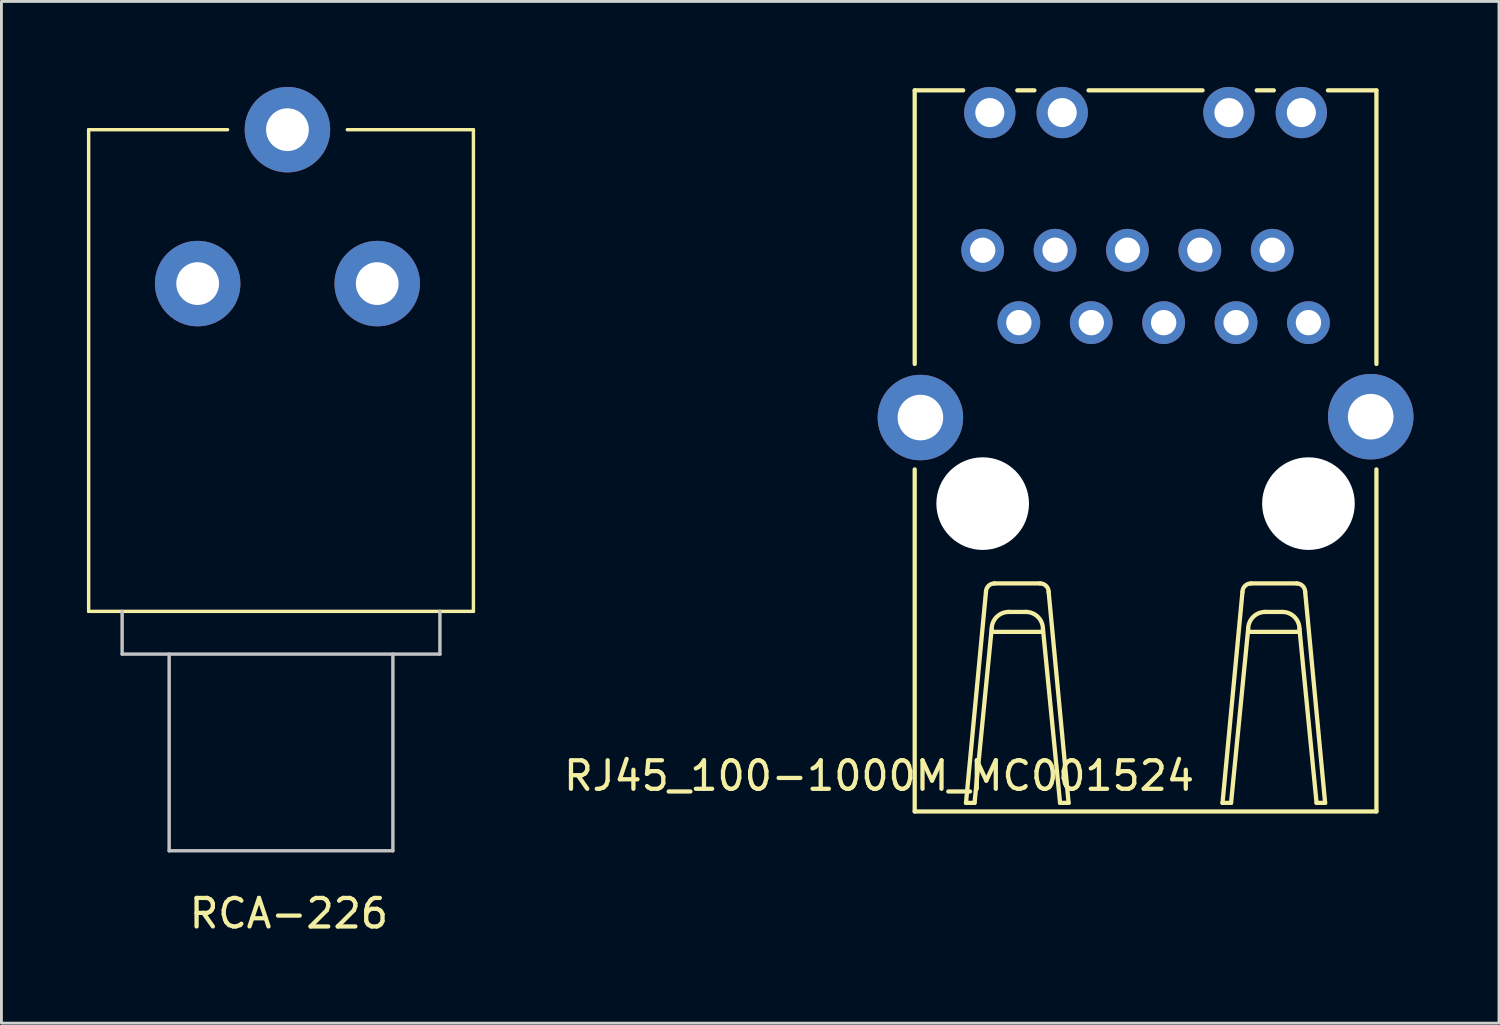
<source format=kicad_pcb>
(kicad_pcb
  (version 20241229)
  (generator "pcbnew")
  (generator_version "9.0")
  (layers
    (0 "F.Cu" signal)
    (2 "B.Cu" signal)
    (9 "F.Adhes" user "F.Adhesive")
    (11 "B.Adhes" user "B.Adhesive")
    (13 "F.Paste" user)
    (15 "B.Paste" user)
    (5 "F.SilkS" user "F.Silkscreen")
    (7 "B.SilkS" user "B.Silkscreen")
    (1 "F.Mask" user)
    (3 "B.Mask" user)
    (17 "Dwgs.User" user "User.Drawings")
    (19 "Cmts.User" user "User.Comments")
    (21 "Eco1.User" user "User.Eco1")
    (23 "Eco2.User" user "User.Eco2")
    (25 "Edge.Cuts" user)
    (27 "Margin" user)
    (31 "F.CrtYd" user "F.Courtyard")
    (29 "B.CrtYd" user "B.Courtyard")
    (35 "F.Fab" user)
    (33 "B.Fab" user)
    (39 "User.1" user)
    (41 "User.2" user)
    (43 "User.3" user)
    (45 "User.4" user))
  (footprint "RJ45_100-1000M_MC001524"
    (layer "F.Cu")
    (at 37.143 25.42)
    (property "Reference" "RJ45_100-1000M_MC001524" (at -9.35 -1.25 0) (layer "F.SilkS") (effects (font (size 1 1) (thickness 0.15))))
    (attr through_hole)
    (fp_line (start -8.1 -25.3) (end -6.4 -25.3) (stroke (width 0.15) (type solid)) (layer "F.SilkS"))
    (fp_line (start -8.1 -15.7) (end -8.1 -25.3) (stroke (width 0.15) (type solid)) (layer "F.SilkS"))
    (fp_line (start -8.1 0) (end -8.1 -12) (stroke (width 0.15) (type solid)) (layer "F.SilkS"))
    (fp_line (start -6.3 -0.3) (end -5.6 -7.7) (stroke (width 0.15) (type solid)) (layer "F.SilkS"))
    (fp_line (start -6 -0.3) (end -6.3 -0.3) (stroke (width 0.15) (type solid)) (layer "F.SilkS"))
    (fp_line (start -6 -0.3) (end -5.4 -6.4) (stroke (width 0.15) (type solid)) (layer "F.SilkS"))
    (fp_line (start -5.4 -6.3) (end -3.6 -6.3) (stroke (width 0.15) (type solid)) (layer "F.SilkS"))
    (fp_line (start -5.3 -8) (end -3.7 -8) (stroke (width 0.15) (type solid)) (layer "F.SilkS"))
    (fp_line (start -4.8 -7) (end -4.2 -7) (stroke (width 0.15) (type solid)) (layer "F.SilkS"))
    (fp_line (start -4.5 -25.3) (end -3.9 -25.3) (stroke (width 0.15) (type solid)) (layer "F.SilkS"))
    (fp_line (start -3.6 -6.4) (end -3 -0.3) (stroke (width 0.15) (type solid)) (layer "F.SilkS"))
    (fp_line (start -3.4 -7.7) (end -2.7 -0.3) (stroke (width 0.15) (type solid)) (layer "F.SilkS"))
    (fp_line (start -2.7 -0.3) (end -3 -0.3) (stroke (width 0.15) (type solid)) (layer "F.SilkS"))
    (fp_line (start -2 -25.3) (end 2 -25.3) (stroke (width 0.15) (type solid)) (layer "F.SilkS"))
    (fp_line (start 2.7 -0.3) (end 3.4 -7.7) (stroke (width 0.15) (type solid)) (layer "F.SilkS"))
    (fp_line (start 3 -0.3) (end 2.7 -0.3) (stroke (width 0.15) (type solid)) (layer "F.SilkS"))
    (fp_line (start 3 -0.3) (end 3.6 -6.4) (stroke (width 0.15) (type solid)) (layer "F.SilkS"))
    (fp_line (start 3.6 -6.3) (end 5.4 -6.3) (stroke (width 0.15) (type solid)) (layer "F.SilkS"))
    (fp_line (start 3.7 -8) (end 5.3 -8) (stroke (width 0.15) (type solid)) (layer "F.SilkS"))
    (fp_line (start 3.9 -25.3) (end 4.5 -25.3) (stroke (width 0.15) (type solid)) (layer "F.SilkS"))
    (fp_line (start 4.2 -7) (end 4.8 -7) (stroke (width 0.15) (type solid)) (layer "F.SilkS"))
    (fp_line (start 5.4 -6.4) (end 6 -0.3) (stroke (width 0.15) (type solid)) (layer "F.SilkS"))
    (fp_line (start 5.6 -7.7) (end 6.3 -0.3) (stroke (width 0.15) (type solid)) (layer "F.SilkS"))
    (fp_line (start 6.3 -0.3) (end 6 -0.3) (stroke (width 0.15) (type solid)) (layer "F.SilkS"))
    (fp_line (start 6.4 -25.3) (end 8.1 -25.3) (stroke (width 0.15) (type solid)) (layer "F.SilkS"))
    (fp_line (start 8.1 -15.7) (end 8.1 -25.3) (stroke (width 0.15) (type solid)) (layer "F.SilkS"))
    (fp_line (start 8.1 -12) (end 8.1 0) (stroke (width 0.15) (type solid)) (layer "F.SilkS"))
    (fp_line (start 8.1 0) (end -8.1 0) (stroke (width 0.15) (type solid)) (layer "F.SilkS"))
    (fp_arc (start -5.6 -7.7) (mid -5.512132 -7.912132) (end -5.3 -8) (stroke (width 0.15) (type solid)) (layer "F.SilkS"))
    (fp_arc (start -5.4 -6.4) (mid -5.224264 -6.824264) (end -4.8 -7) (stroke (width 0.15) (type solid)) (layer "F.SilkS"))
    (fp_arc (start -4.2 -7) (mid -3.775736 -6.824264) (end -3.6 -6.4) (stroke (width 0.15) (type solid)) (layer "F.SilkS"))
    (fp_arc (start -3.7 -8) (mid -3.487868 -7.912132) (end -3.4 -7.7) (stroke (width 0.15) (type solid)) (layer "F.SilkS"))
    (fp_arc (start 3.4 -7.7) (mid 3.487868 -7.912132) (end 3.7 -8) (stroke (width 0.15) (type solid)) (layer "F.SilkS"))
    (fp_arc (start 3.6 -6.4) (mid 3.775736 -6.824264) (end 4.2 -7) (stroke (width 0.15) (type solid)) (layer "F.SilkS"))
    (fp_arc (start 4.8 -7) (mid 5.224264 -6.824264) (end 5.4 -6.4) (stroke (width 0.15) (type solid)) (layer "F.SilkS"))
    (fp_arc (start 5.3 -8) (mid 5.512132 -7.912132) (end 5.6 -7.7) (stroke (width 0.15) (type solid)) (layer "F.SilkS"))
    (pad "" np_thru_hole circle (at -5.715 -10.8) (size 3.25 3.25) (drill 3.25) (layers "*.Cu" "*.Mask"))
    (pad "" np_thru_hole circle (at 5.715 -10.8) (size 3.25 3.25) (drill 3.25) (layers "*.Cu" "*.Mask"))
    (pad "1" thru_hole circle (at 5.715 -17.15) (size 1.5 1.5) (drill 0.89) (layers "*.Cu" "*.Mask"))
    (pad "2" thru_hole circle (at 4.445 -19.69) (size 1.5 1.5) (drill 0.89) (layers "*.Cu" "*.Mask"))
    (pad "3" thru_hole circle (at 3.175 -17.15) (size 1.5 1.5) (drill 0.89) (layers "*.Cu" "*.Mask"))
    (pad "4" thru_hole circle (at 1.905 -19.69) (size 1.5 1.5) (drill 0.89) (layers "*.Cu" "*.Mask"))
    (pad "5" thru_hole circle (at 0.635 -17.15) (size 1.5 1.5) (drill 0.89) (layers "*.Cu" "*.Mask"))
    (pad "6" thru_hole circle (at -0.635 -19.69) (size 1.5 1.5) (drill 0.89) (layers "*.Cu" "*.Mask"))
    (pad "7" thru_hole circle (at -1.905 -17.15) (size 1.5 1.5) (drill 0.89) (layers "*.Cu" "*.Mask"))
    (pad "8" thru_hole circle (at -3.175 -19.69) (size 1.5 1.5) (drill 0.89) (layers "*.Cu" "*.Mask"))
    (pad "9" thru_hole circle (at -4.445 -17.15) (size 1.5 1.5) (drill 0.89) (layers "*.Cu" "*.Mask"))
    (pad "10" thru_hole circle (at -5.715 -19.69) (size 1.5 1.5) (drill 0.89) (layers "*.Cu" "*.Mask"))
    (pad "11" thru_hole circle (at 7.9 -13.85) (size 3 3) (drill 1.6) (layers "*.Cu" "*.Mask"))
    (pad "12" thru_hole circle (at -7.9 -13.82) (size 3 3) (drill 1.6) (layers "*.Cu" "*.Mask"))
    (pad "L1" thru_hole circle (at 5.465 -24.52) (size 1.8 1.8) (drill 1.02) (layers "*.Cu" "*.Mask"))
    (pad "L2" thru_hole circle (at 2.925 -24.52) (size 1.8 1.8) (drill 1.02) (layers "*.Cu" "*.Mask"))
    (pad "L3" thru_hole circle (at -2.925 -24.52) (size 1.8 1.8) (drill 1.02) (layers "*.Cu" "*.Mask"))
    (pad "L4" thru_hole circle (at -5.465 -24.52) (size 1.8 1.8) (drill 1.02) (layers "*.Cu" "*.Mask")))
  (footprint "RCA-226"
    (layer "F.Cu")
    (at 7.035 18.4)
    (property "Reference" "RCA-226" (at 0.05 10.6 0) (layer "F.SilkS") (effects (font (size 1 1) (thickness 0.15))))
    (attr through_hole)
    (fp_line (start -6.975 -16.9) (end -2.1 -16.9) (stroke (width 0.12) (type solid)) (layer "F.SilkS"))
    (fp_line (start -6.975 0) (end -6.975 -16.9) (stroke (width 0.12) (type solid)) (layer "F.SilkS"))
    (fp_line (start -6.975 0) (end 6.525 0) (stroke (width 0.12) (type solid)) (layer "F.SilkS"))
    (fp_line (start 6.525 -16.9) (end 2.1 -16.9) (stroke (width 0.12) (type solid)) (layer "F.SilkS"))
    (fp_line (start 6.525 0) (end 6.525 -16.9) (stroke (width 0.12) (type solid)) (layer "F.SilkS"))
    (fp_line (start -5.8 0) (end -5.8 1.5) (stroke (width 0.12) (type solid)) (layer "Dwgs.User"))
    (fp_line (start -5.8 1.5) (end 5.35 1.5) (stroke (width 0.12) (type solid)) (layer "Dwgs.User"))
    (fp_line (start -4.15 1.5) (end -4.15 8.4) (stroke (width 0.12) (type solid)) (layer "Dwgs.User"))
    (fp_line (start -4.15 8.4) (end 3.7 8.4) (stroke (width 0.12) (type solid)) (layer "Dwgs.User"))
    (fp_line (start 3.7 1.5) (end 3.7 8.4) (stroke (width 0.12) (type solid)) (layer "Dwgs.User"))
    (fp_line (start 5.35 0) (end 5.35 1.5) (stroke (width 0.12) (type solid)) (layer "Dwgs.User"))
    (pad "4" thru_hole circle (at 0 -16.9) (size 3 3) (drill 1.5) (layers "*.Cu" "*.Mask"))
    (pad "5" thru_hole circle (at -3.15 -11.5) (size 3 3) (drill 1.5) (layers "*.Cu" "*.Mask"))
    (pad "6" thru_hole circle (at 3.15 -11.5) (size 3 3) (drill 1.5) (layers "*.Cu" "*.Mask")))
  (gr_rect
    (start -3 -3)
    (end 49.543 32.848)
    (stroke (width 0.1) (type default))
    (fill no)
    (layer "Edge.Cuts")))
</source>
